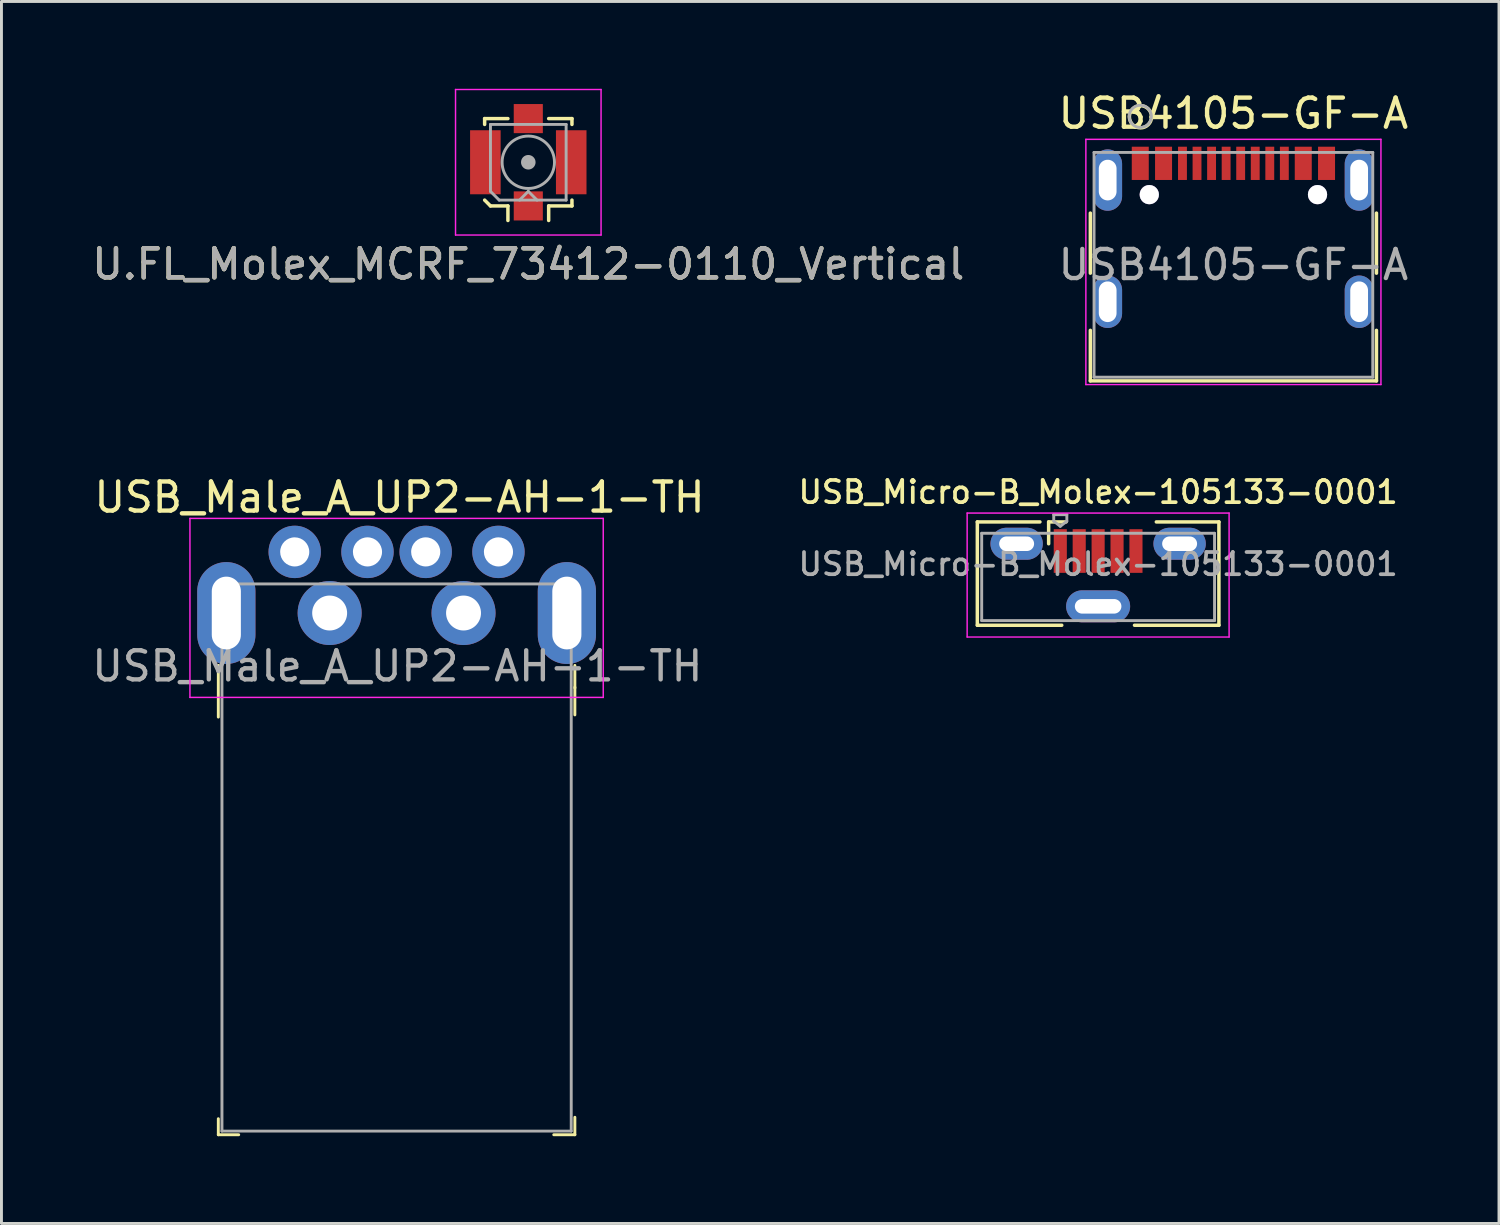
<source format=kicad_pcb>
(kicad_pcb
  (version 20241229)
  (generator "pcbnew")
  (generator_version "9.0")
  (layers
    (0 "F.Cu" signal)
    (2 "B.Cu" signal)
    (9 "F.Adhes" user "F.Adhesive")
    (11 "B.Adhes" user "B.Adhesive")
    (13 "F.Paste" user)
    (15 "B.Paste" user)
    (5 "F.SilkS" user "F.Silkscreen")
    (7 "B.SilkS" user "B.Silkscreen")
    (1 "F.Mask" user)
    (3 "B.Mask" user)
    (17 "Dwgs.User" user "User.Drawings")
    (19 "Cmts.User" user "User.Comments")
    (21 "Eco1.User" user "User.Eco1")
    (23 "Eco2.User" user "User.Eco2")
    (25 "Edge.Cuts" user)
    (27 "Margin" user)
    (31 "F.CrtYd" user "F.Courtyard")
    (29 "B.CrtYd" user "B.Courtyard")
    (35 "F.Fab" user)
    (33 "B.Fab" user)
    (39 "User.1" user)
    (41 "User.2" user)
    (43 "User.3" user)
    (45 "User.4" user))
  (footprint "USB4105-GF-A"
    (layer "F.Cu")
    (at 39.327 6.048)
    (property "Reference" "USB4105-GF-A" (at 0 -5.2 0) (layer "F.SilkS") (effects (font (size 1 1) (thickness 0.15))))
    (attr through_hole)
    (fp_line (start -4.915 -1.776) (end -4.915 0.287) (stroke (width 0.12) (type solid)) (layer "F.SilkS"))
    (fp_line (start -4.915 2.252) (end -4.915 3.988) (stroke (width 0.12) (type solid)) (layer "F.SilkS"))
    (fp_line (start -4.915 3.988) (end 4.915 3.988) (stroke (width 0.12) (type solid)) (layer "F.SilkS"))
    (fp_line (start 4.915 0.287) (end 4.915 -1.776) (stroke (width 0.12) (type solid)) (layer "F.SilkS"))
    (fp_line (start 4.915 3.988) (end 4.915 2.252) (stroke (width 0.12) (type solid)) (layer "F.SilkS"))
    (fp_circle (center -3.193 -5.086) (end -2.812 -5.086) (stroke (width 0.12) (type solid)) (fill no) (layer "F.SilkS"))
    (fp_line (start -5.069 -4.311) (end -5.069 4.115) (stroke (width 0.05) (type solid)) (layer "F.CrtYd"))
    (fp_line (start -5.069 4.115) (end 5.069 4.115) (stroke (width 0.05) (type solid)) (layer "F.CrtYd"))
    (fp_line (start 5.069 -4.311) (end -5.069 -4.311) (stroke (width 0.05) (type solid)) (layer "F.CrtYd"))
    (fp_line (start 5.069 4.115) (end 5.069 -4.311) (stroke (width 0.05) (type solid)) (layer "F.CrtYd"))
    (fp_line (start -4.788 -3.861) (end -4.788 3.861) (stroke (width 0.1) (type solid)) (layer "F.Fab"))
    (fp_line (start -4.788 3.861) (end 4.788 3.861) (stroke (width 0.1) (type solid)) (layer "F.Fab"))
    (fp_line (start 4.788 -3.861) (end -4.788 -3.861) (stroke (width 0.1) (type solid)) (layer "F.Fab"))
    (fp_line (start 4.788 3.861) (end 4.788 -3.861) (stroke (width 0.1) (type solid)) (layer "F.Fab"))
    (fp_circle (center -3.2 -5.1) (end -2.819 -5.1) (stroke (width 0.1) (type solid)) (fill no) (layer "F.Fab"))
    (fp_text user "${REFERENCE}" (at 0 0 0) (layer "F.Fab") (effects (font (size 1 1) (thickness 0.15))))
    (pad "17" thru_hole circle (at -2.89 -2.411) (size 0.66 0.66) (drill 0.66) (layers "*.Cu" "*.Mask"))
    (pad "18" thru_hole circle (at 2.89 -2.411) (size 0.66 0.66) (drill 0.66) (layers "*.Cu" "*.Mask"))
    (pad "A1" smd rect (at -3.2 -3.486) (size 0.584 1.143) (layers "F.Cu" "F.Mask" "F.Paste"))
    (pad "A4" smd rect (at -2.4 -3.486) (size 0.584 1.143) (layers "F.Cu" "F.Mask" "F.Paste"))
    (pad "A5" smd rect (at -1.25 -3.486) (size 0.305 1.143) (layers "F.Cu" "F.Mask" "F.Paste"))
    (pad "A6" smd rect (at -0.25 -3.486) (size 0.305 1.143) (layers "F.Cu" "F.Mask" "F.Paste"))
    (pad "A7" smd rect (at 0.25 -3.486) (size 0.305 1.143) (layers "F.Cu" "F.Mask" "F.Paste"))
    (pad "A8" smd rect (at 1.25 -3.486) (size 0.305 1.143) (layers "F.Cu" "F.Mask" "F.Paste"))
    (pad "B1" smd rect (at 3.2 -3.486) (size 0.584 1.143) (layers "F.Cu" "F.Mask" "F.Paste"))
    (pad "B4" smd rect (at 2.4 -3.486) (size 0.584 1.143) (layers "F.Cu" "F.Mask" "F.Paste"))
    (pad "B5" smd rect (at 1.75 -3.486) (size 0.305 1.143) (layers "F.Cu" "F.Mask" "F.Paste"))
    (pad "B6" smd rect (at 0.75 -3.486) (size 0.305 1.143) (layers "F.Cu" "F.Mask" "F.Paste"))
    (pad "B7" smd rect (at -0.75 -3.486) (size 0.305 1.143) (layers "F.Cu" "F.Mask" "F.Paste"))
    (pad "B8" smd rect (at -1.75 -3.486) (size 0.305 1.143) (layers "F.Cu" "F.Mask" "F.Paste"))
    (pad "S" thru_hole oval (at -4.32 -2.911) (size 0.991 2.108) (drill oval 0.61 1.397) (layers "*.Cu" "*.Mask"))
    (pad "S" thru_hole oval (at -4.32 1.269) (size 0.991 1.803) (drill oval 0.61 1.397) (layers "*.Cu" "*.Mask"))
    (pad "S" thru_hole oval (at 4.32 -2.911) (size 0.991 2.108) (drill oval 0.61 1.397) (layers "*.Cu" "*.Mask"))
    (pad "S" thru_hole oval (at 4.32 1.269) (size 0.991 1.803) (drill oval 0.61 1.397) (layers "*.Cu" "*.Mask")))
  (footprint "USB_Male_A_UP2-AH-1-TH"
    (layer "F.Cu")
    (at 10.576 18.012)
    (property "Reference" "USB_Male_A_UP2-AH-1-TH" (at 0.1 -3.975 0) (layer "F.SilkS") (effects (font (size 1 1) (thickness 0.15))))
    (attr through_hole)
    (fp_line (start -6.125 1.8) (end -6.125 3.575) (stroke (width 0.1) (type solid)) (layer "F.SilkS"))
    (fp_line (start -6.125 17.925) (end -6.125 17.375) (stroke (width 0.1) (type solid)) (layer "F.SilkS"))
    (fp_line (start -5.425 17.925) (end -6.125 17.925) (stroke (width 0.1) (type solid)) (layer "F.SilkS"))
    (fp_line (start 5.4 17.925) (end 6.125 17.925) (stroke (width 0.1) (type solid)) (layer "F.SilkS"))
    (fp_line (start 6.125 1.8) (end 6.125 2.575) (stroke (width 0.1) (type solid)) (layer "F.SilkS"))
    (fp_line (start 6.125 2.55) (end 6.125 3.5) (stroke (width 0.1) (type solid)) (layer "F.SilkS"))
    (fp_line (start 6.125 17.925) (end 6.125 17.325) (stroke (width 0.1) (type solid)) (layer "F.SilkS"))
    (fp_line (start -7.1 -3.25) (end 7.1 -3.25) (stroke (width 0.05) (type solid)) (layer "F.CrtYd"))
    (fp_line (start -7.1 2.9) (end -7.1 -3.25) (stroke (width 0.05) (type solid)) (layer "F.CrtYd"))
    (fp_line (start -7.1 2.9) (end 7.1 2.9) (stroke (width 0.05) (type solid)) (layer "F.CrtYd"))
    (fp_line (start 7.1 2.9) (end 7.1 -3.25) (stroke (width 0.05) (type solid)) (layer "F.CrtYd"))
    (fp_line (start -6 -1) (end -6 17.8) (stroke (width 0.1) (type solid)) (layer "F.Fab"))
    (fp_line (start -6 -1) (end 6 -1) (stroke (width 0.1) (type solid)) (layer "F.Fab"))
    (fp_line (start -6 17.8) (end 6 17.8) (stroke (width 0.1) (type solid)) (layer "F.Fab"))
    (fp_line (start 6 -1) (end 6 17.8) (stroke (width 0.1) (type solid)) (layer "F.Fab"))
    (fp_text user "${REFERENCE}" (at 0.025 1.825 0) (layer "F.Fab") (effects (font (size 1 1) (thickness 0.15))))
    (pad "1" thru_hole circle (at 3.5 -2.1) (size 1.8 1.8) (drill 1) (layers "*.Cu" "*.Mask"))
    (pad "2" thru_hole circle (at 1 -2.1) (size 1.8 1.8) (drill 1) (layers "*.Cu" "*.Mask"))
    (pad "3" thru_hole circle (at -1 -2.1) (size 1.8 1.8) (drill 1) (layers "*.Cu" "*.Mask"))
    (pad "4" thru_hole circle (at -3.5 -2.1) (size 1.8 1.8) (drill 1) (layers "*.Cu" "*.Mask"))
    (pad "SH" thru_hole oval (at -5.85 0) (size 2 3.5) (drill oval 1 2.5) (layers "*.Cu" "*.Mask"))
    (pad "SH" thru_hole circle (at -2.3 0) (size 2.2 2.2) (drill 1.2) (layers "*.Cu" "*.Mask"))
    (pad "SH" thru_hole circle (at 2.3 0) (size 2.2 2.2) (drill 1.2) (layers "*.Cu" "*.Mask"))
    (pad "SH" thru_hole oval (at 5.85 0) (size 2 3.5) (drill oval 1 2.5) (layers "*.Cu" "*.Mask")))
  (footprint "USB_Micro-B_Molex-105133-0001"
    (layer "F.Cu")
    (at 34.679 16.707)
    (property "Reference" "USB_Micro-B_Molex-105133-0001" (at 0 -2.85 0) (layer "F.SilkS") (effects (font (size 0.762 0.762) (thickness 0.127))))
    (attr smd)
    (fp_line (start -4.15 -1.825) (end -4.15 1.725) (stroke (width 0.12) (type solid)) (layer "F.SilkS"))
    (fp_line (start -4.15 1.725) (end -1.25 1.725) (stroke (width 0.12) (type solid)) (layer "F.SilkS"))
    (fp_line (start -2 -1.825) (end -4.15 -1.825) (stroke (width 0.12) (type solid)) (layer "F.SilkS"))
    (fp_line (start -1.7 -1.825) (end -1.1 -1.825) (stroke (width 0.12) (type solid)) (layer "F.SilkS"))
    (fp_line (start -1.7 -1.075) (end -1.7 -1.825) (stroke (width 0.12) (type solid)) (layer "F.SilkS"))
    (fp_line (start 2 -1.825) (end 4.15 -1.825) (stroke (width 0.12) (type solid)) (layer "F.SilkS"))
    (fp_line (start 4.15 -1.825) (end 4.15 1.725) (stroke (width 0.12) (type solid)) (layer "F.SilkS"))
    (fp_line (start 4.15 1.725) (end 1.25 1.725) (stroke (width 0.12) (type solid)) (layer "F.SilkS"))
    (fp_line (start -4.5 -2.13) (end 4.5 -2.13) (stroke (width 0.05) (type solid)) (layer "F.CrtYd"))
    (fp_line (start -4.5 2.13) (end -4.5 -2.13) (stroke (width 0.05) (type solid)) (layer "F.CrtYd"))
    (fp_line (start -4.5 2.13) (end 4.5 2.13) (stroke (width 0.05) (type solid)) (layer "F.CrtYd"))
    (fp_line (start 4.5 2.13) (end 4.5 -2.13) (stroke (width 0.05) (type solid)) (layer "F.CrtYd"))
    (fp_line (start -4 1.565) (end -4 -1.435) (stroke (width 0.1) (type solid)) (layer "F.Fab"))
    (fp_line (start -4 1.565) (end 4 1.565) (stroke (width 0.1) (type solid)) (layer "F.Fab"))
    (fp_line (start -1.525 -2.075) (end -1.075 -2.075) (stroke (width 0.1) (type solid)) (layer "F.Fab"))
    (fp_line (start -1.525 -1.85) (end -1.525 -2.075) (stroke (width 0.1) (type solid)) (layer "F.Fab"))
    (fp_line (start -1.3 -1.675) (end -1.525 -1.85) (stroke (width 0.1) (type solid)) (layer "F.Fab"))
    (fp_line (start -1.3 -1.675) (end -1.075 -1.85) (stroke (width 0.1) (type solid)) (layer "F.Fab"))
    (fp_line (start -1.075 -2.075) (end -1.075 -1.85) (stroke (width 0.1) (type solid)) (layer "F.Fab"))
    (fp_line (start 4 -1.435) (end -4 -1.435) (stroke (width 0.1) (type solid)) (layer "F.Fab"))
    (fp_line (start 4 1.565) (end 4 -1.435) (stroke (width 0.1) (type solid)) (layer "F.Fab"))
    (fp_text user "${REFERENCE}" (at 0 -0.375 0) (layer "F.Fab") (effects (font (size 0.762 0.762) (thickness 0.127))))
    (pad "1" smd rect (at -1.3 -0.825) (size 0.45 1.5) (layers "F.Cu" "F.Mask" "F.Paste"))
    (pad "2" smd rect (at -0.65 -0.825) (size 0.45 1.5) (layers "F.Cu" "F.Mask" "F.Paste"))
    (pad "3" smd rect (at 0 -0.825) (size 0.45 1.5) (layers "F.Cu" "F.Mask" "F.Paste"))
    (pad "4" smd rect (at 0.65 -0.825) (size 0.45 1.5) (layers "F.Cu" "F.Mask" "F.Paste"))
    (pad "5" smd rect (at 1.3 -0.825) (size 0.45 1.5) (layers "F.Cu" "F.Mask" "F.Paste"))
    (pad "6" thru_hole oval (at 0 1.075) (size 2.2 1.1) (drill oval 1.6 0.5) (layers "*.Cu" "*.Mask"))
    (pad "7" thru_hole oval (at 2.8 -1.075) (size 1.8 1.1) (drill oval 1.2 0.5) (layers "*.Cu" "*.Mask"))
    (pad "8" thru_hole oval (at -2.8 -1.075) (size 1.8 1.1) (drill oval 1.2 0.5) (layers "*.Cu" "*.Mask")))
  (footprint "U.FL_Molex_MCRF_73412-0110_Vertical"
    (layer "F.Cu")
    (at 15.101 2.525)
    (property "Reference" "U.FL_Molex_MCRF_73412-0110_Vertical" (at 0 3.5 0) (layer "F.SilkS") (effects (font (size 1 1) (thickness 0.15))))
    (attr smd)
    (fp_line (start -1.5 -1.5) (end -0.7 -1.5) (stroke (width 0.12) (type solid)) (layer "F.SilkS"))
    (fp_line (start -1.5 -1.3) (end -1.5 -1.5) (stroke (width 0.12) (type solid)) (layer "F.SilkS"))
    (fp_line (start -1.3 1.5) (end -1.5 1.3) (stroke (width 0.12) (type solid)) (layer "F.SilkS"))
    (fp_line (start -0.7 1.5) (end -1.3 1.5) (stroke (width 0.12) (type solid)) (layer "F.SilkS"))
    (fp_line (start -0.7 1.5) (end -0.7 2) (stroke (width 0.12) (type solid)) (layer "F.SilkS"))
    (fp_line (start 0.7 -1.5) (end 1.5 -1.5) (stroke (width 0.12) (type solid)) (layer "F.SilkS"))
    (fp_line (start 0.7 1.5) (end 0.7 2) (stroke (width 0.12) (type solid)) (layer "F.SilkS"))
    (fp_line (start 1.5 -1.5) (end 1.5 -1.3) (stroke (width 0.12) (type solid)) (layer "F.SilkS"))
    (fp_line (start 1.5 1.3) (end 1.5 1.5) (stroke (width 0.12) (type solid)) (layer "F.SilkS"))
    (fp_line (start 1.5 1.5) (end 0.7 1.5) (stroke (width 0.12) (type solid)) (layer "F.SilkS"))
    (fp_line (start -2.5 -2.5) (end -2.5 2.5) (stroke (width 0.05) (type solid)) (layer "F.CrtYd"))
    (fp_line (start -2.5 2.5) (end 2.5 2.5) (stroke (width 0.05) (type solid)) (layer "F.CrtYd"))
    (fp_line (start 2.5 -2.5) (end -2.5 -2.5) (stroke (width 0.05) (type solid)) (layer "F.CrtYd"))
    (fp_line (start 2.5 2.5) (end 2.5 -2.5) (stroke (width 0.05) (type solid)) (layer "F.CrtYd"))
    (fp_line (start -1.3 -1.3) (end -1.3 1) (stroke (width 0.1) (type solid)) (layer "F.Fab"))
    (fp_line (start -1.3 -1.3) (end 1.3 -1.3) (stroke (width 0.1) (type solid)) (layer "F.Fab"))
    (fp_line (start -1.3 1) (end -1 1.3) (stroke (width 0.1) (type solid)) (layer "F.Fab"))
    (fp_line (start -1 1.3) (end 1.3 1.3) (stroke (width 0.1) (type solid)) (layer "F.Fab"))
    (fp_line (start -0.3 1.3) (end 0 1) (stroke (width 0.1) (type solid)) (layer "F.Fab"))
    (fp_line (start 0 1) (end 0.3 1.3) (stroke (width 0.1) (type solid)) (layer "F.Fab"))
    (fp_line (start 1.3 -1.3) (end 1.3 1.3) (stroke (width 0.1) (type solid)) (layer "F.Fab"))
    (fp_circle (center 0 0) (end 0 0.05) (stroke (width 0.1) (type solid)) (fill no) (layer "F.Fab"))
    (fp_circle (center 0 0) (end 0 0.125) (stroke (width 0.1) (type solid)) (fill no) (layer "F.Fab"))
    (fp_circle (center 0 0) (end 0 0.2) (stroke (width 0.1) (type solid)) (fill no) (layer "F.Fab"))
    (fp_circle (center 0 0) (end 0.9 0) (stroke (width 0.1) (type solid)) (fill no) (layer "F.Fab"))
    (fp_text user "${REFERENCE}" (at 0 3.5 0) (layer "F.Fab") (effects (font (size 1 1) (thickness 0.15))))
    (pad "1" smd rect (at 0 1.5) (size 1 1) (layers "F.Cu" "F.Mask" "F.Paste"))
    (pad "2" smd rect (at -1.475 0) (size 1.05 2.2) (layers "F.Cu" "F.Mask" "F.Paste"))
    (pad "2" smd rect (at 0 -1.5) (size 1 1) (layers "F.Cu" "F.Mask" "F.Paste"))
    (pad "2" smd rect (at 1.475 0) (size 1.05 2.2) (layers "F.Cu" "F.Mask" "F.Paste")))
  (gr_rect
    (start -3 -3)
    (end 48.452 38.986)
    (stroke (width 0.1) (type default))
    (fill no)
    (layer "Edge.Cuts")))
</source>
